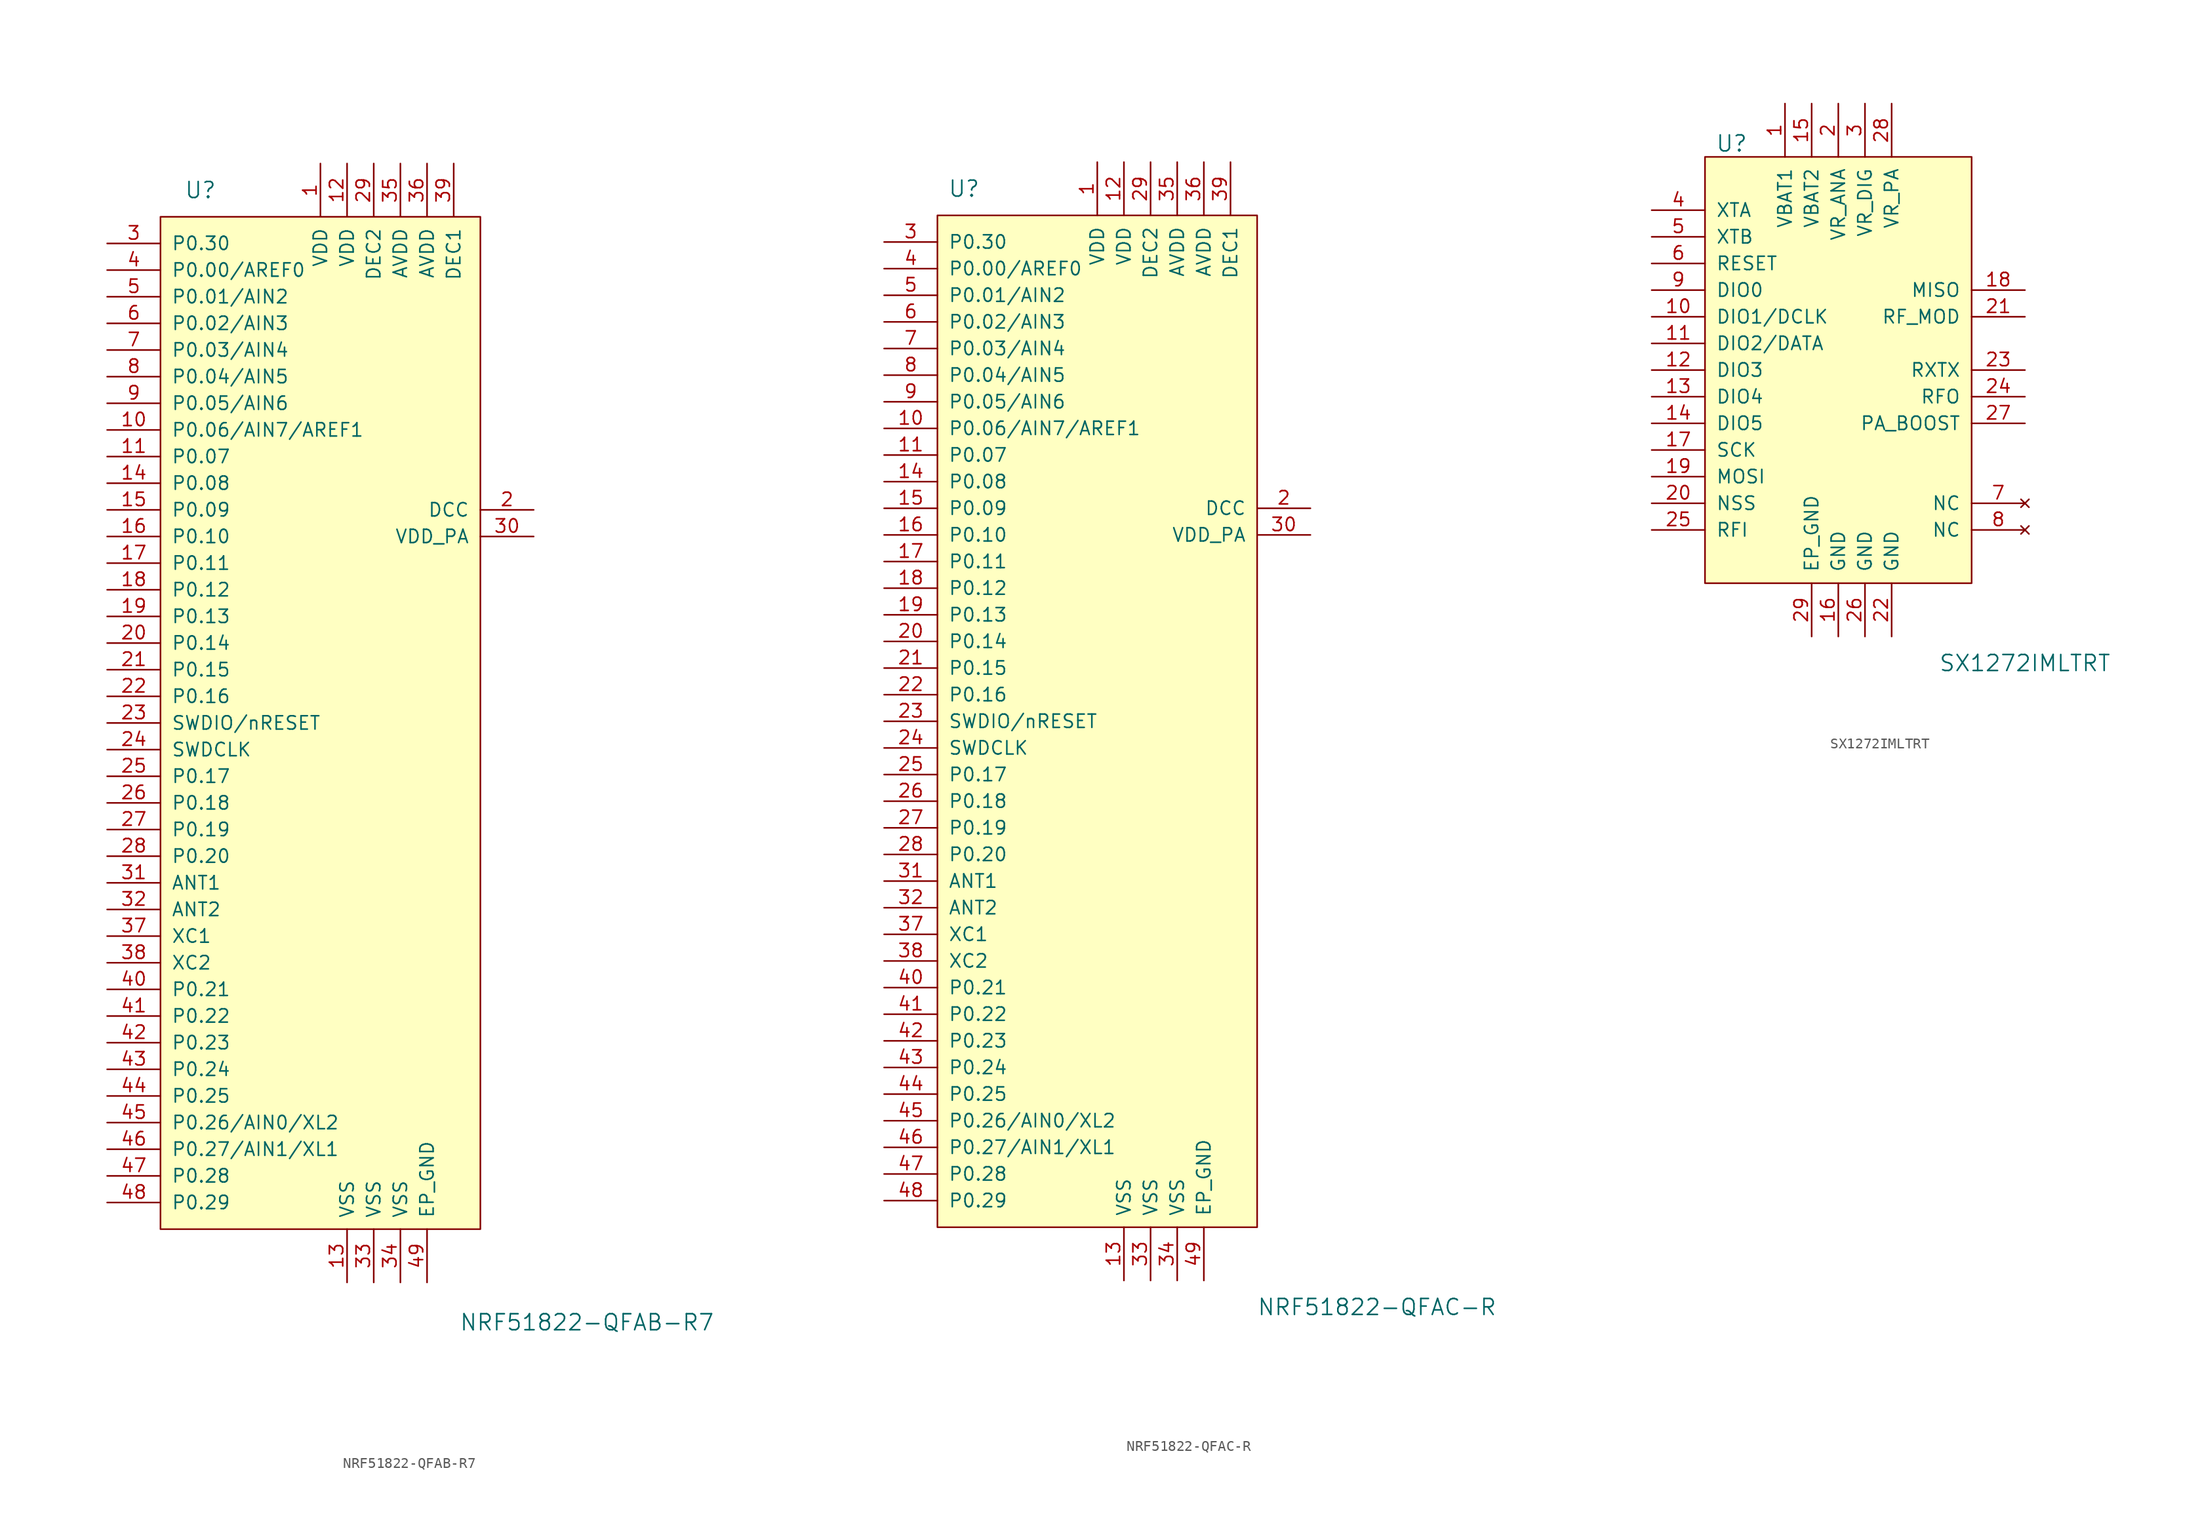
<source format=kicad_sym>
(kicad_symbol_lib
  (version 20220914)
  (generator kicad_symbol_editor)
  (symbol "NRF51822-QFAB-R7"
    (pin_names
      (offset 1.016))
    (property "Reference" "U"
      (at -16.51 45.72 0)
      (effects (font (size 1.524 1.524))))
    (property "Value" "NRF51822-QFAB-R7"
      (at 20.32 -62.23 0)
      (effects (font (size 1.524 1.524))))
    (symbol "NRF51822-QFAB-R7_0_1"
      (rectangle (start -20.32 43.18) (end 10.16 -53.34) (stroke (width 0) (type solid)) (fill (type background))))
    (symbol "NRF51822-QFAB-R7_1_1"
      (pin power_in line (at -5.08 48.26 270) (length 5.08) (name "VDD" (effects (font (size 1.27 1.27)))) (number "1" (effects (font (size 1.27 1.27)))))
      (pin bidirectional line (at -25.4 22.86 0) (length 5.08) (name "P0.06/AIN7/AREF1" (effects (font (size 1.27 1.27)))) (number "10" (effects (font (size 1.27 1.27)))))
      (pin bidirectional line (at -25.4 20.32 0) (length 5.08) (name "P0.07" (effects (font (size 1.27 1.27)))) (number "11" (effects (font (size 1.27 1.27)))))
      (pin power_in line (at -2.54 48.26 270) (length 5.08) (name "VDD" (effects (font (size 1.27 1.27)))) (number "12" (effects (font (size 1.27 1.27)))))
      (pin power_in line (at -2.54 -58.42 90) (length 5.08) (name "VSS" (effects (font (size 1.27 1.27)))) (number "13" (effects (font (size 1.27 1.27)))))
      (pin bidirectional line (at -25.4 17.78 0) (length 5.08) (name "P0.08" (effects (font (size 1.27 1.27)))) (number "14" (effects (font (size 1.27 1.27)))))
      (pin bidirectional line (at -25.4 15.24 0) (length 5.08) (name "P0.09" (effects (font (size 1.27 1.27)))) (number "15" (effects (font (size 1.27 1.27)))))
      (pin bidirectional line (at -25.4 12.7 0) (length 5.08) (name "P0.10" (effects (font (size 1.27 1.27)))) (number "16" (effects (font (size 1.27 1.27)))))
      (pin bidirectional line (at -25.4 10.16 0) (length 5.08) (name "P0.11" (effects (font (size 1.27 1.27)))) (number "17" (effects (font (size 1.27 1.27)))))
      (pin bidirectional line (at -25.4 7.62 0) (length 5.08) (name "P0.12" (effects (font (size 1.27 1.27)))) (number "18" (effects (font (size 1.27 1.27)))))
      (pin bidirectional line (at -25.4 5.08 0) (length 5.08) (name "P0.13" (effects (font (size 1.27 1.27)))) (number "19" (effects (font (size 1.27 1.27)))))
      (pin power_out line (at 15.24 15.24 180) (length 5.08) (name "DCC" (effects (font (size 1.27 1.27)))) (number "2" (effects (font (size 1.27 1.27)))))
      (pin bidirectional line (at -25.4 2.54 0) (length 5.08) (name "P0.14" (effects (font (size 1.27 1.27)))) (number "20" (effects (font (size 1.27 1.27)))))
      (pin bidirectional line (at -25.4 0 0) (length 5.08) (name "P0.15" (effects (font (size 1.27 1.27)))) (number "21" (effects (font (size 1.27 1.27)))))
      (pin bidirectional line (at -25.4 -2.54 0) (length 5.08) (name "P0.16" (effects (font (size 1.27 1.27)))) (number "22" (effects (font (size 1.27 1.27)))))
      (pin bidirectional line (at -25.4 -5.08 0) (length 5.08) (name "SWDIO/nRESET" (effects (font (size 1.27 1.27)))) (number "23" (effects (font (size 1.27 1.27)))))
      (pin input line (at -25.4 -7.62 0) (length 5.08) (name "SWDCLK" (effects (font (size 1.27 1.27)))) (number "24" (effects (font (size 1.27 1.27)))))
      (pin bidirectional line (at -25.4 -10.16 0) (length 5.08) (name "P0.17" (effects (font (size 1.27 1.27)))) (number "25" (effects (font (size 1.27 1.27)))))
      (pin bidirectional line (at -25.4 -12.7 0) (length 5.08) (name "P0.18" (effects (font (size 1.27 1.27)))) (number "26" (effects (font (size 1.27 1.27)))))
      (pin bidirectional line (at -25.4 -15.24 0) (length 5.08) (name "P0.19" (effects (font (size 1.27 1.27)))) (number "27" (effects (font (size 1.27 1.27)))))
      (pin bidirectional line (at -25.4 -17.78 0) (length 5.08) (name "P0.20" (effects (font (size 1.27 1.27)))) (number "28" (effects (font (size 1.27 1.27)))))
      (pin power_in line (at 0 48.26 270) (length 5.08) (name "DEC2" (effects (font (size 1.27 1.27)))) (number "29" (effects (font (size 1.27 1.27)))))
      (pin bidirectional line (at -25.4 40.64 0) (length 5.08) (name "P0.30" (effects (font (size 1.27 1.27)))) (number "3" (effects (font (size 1.27 1.27)))))
      (pin power_out line (at 15.24 12.7 180) (length 5.08) (name "VDD_PA" (effects (font (size 1.27 1.27)))) (number "30" (effects (font (size 1.27 1.27)))))
      (pin input line (at -25.4 -20.32 0) (length 5.08) (name "ANT1" (effects (font (size 1.27 1.27)))) (number "31" (effects (font (size 1.27 1.27)))))
      (pin input line (at -25.4 -22.86 0) (length 5.08) (name "ANT2" (effects (font (size 1.27 1.27)))) (number "32" (effects (font (size 1.27 1.27)))))
      (pin power_in line (at 0 -58.42 90) (length 5.08) (name "VSS" (effects (font (size 1.27 1.27)))) (number "33" (effects (font (size 1.27 1.27)))))
      (pin power_in line (at 2.54 -58.42 90) (length 5.08) (name "VSS" (effects (font (size 1.27 1.27)))) (number "34" (effects (font (size 1.27 1.27)))))
      (pin power_in line (at 2.54 48.26 270) (length 5.08) (name "AVDD" (effects (font (size 1.27 1.27)))) (number "35" (effects (font (size 1.27 1.27)))))
      (pin power_in line (at 5.08 48.26 270) (length 5.08) (name "AVDD" (effects (font (size 1.27 1.27)))) (number "36" (effects (font (size 1.27 1.27)))))
      (pin input line (at -25.4 -25.4 0) (length 5.08) (name "XC1" (effects (font (size 1.27 1.27)))) (number "37" (effects (font (size 1.27 1.27)))))
      (pin input line (at -25.4 -27.94 0) (length 5.08) (name "XC2" (effects (font (size 1.27 1.27)))) (number "38" (effects (font (size 1.27 1.27)))))
      (pin power_in line (at 7.62 48.26 270) (length 5.08) (name "DEC1" (effects (font (size 1.27 1.27)))) (number "39" (effects (font (size 1.27 1.27)))))
      (pin bidirectional line (at -25.4 38.1 0) (length 5.08) (name "P0.00/AREF0" (effects (font (size 1.27 1.27)))) (number "4" (effects (font (size 1.27 1.27)))))
      (pin bidirectional line (at -25.4 -30.48 0) (length 5.08) (name "P0.21" (effects (font (size 1.27 1.27)))) (number "40" (effects (font (size 1.27 1.27)))))
      (pin bidirectional line (at -25.4 -33.02 0) (length 5.08) (name "P0.22" (effects (font (size 1.27 1.27)))) (number "41" (effects (font (size 1.27 1.27)))))
      (pin bidirectional line (at -25.4 -35.56 0) (length 5.08) (name "P0.23" (effects (font (size 1.27 1.27)))) (number "42" (effects (font (size 1.27 1.27)))))
      (pin bidirectional line (at -25.4 -38.1 0) (length 5.08) (name "P0.24" (effects (font (size 1.27 1.27)))) (number "43" (effects (font (size 1.27 1.27)))))
      (pin bidirectional line (at -25.4 -40.64 0) (length 5.08) (name "P0.25" (effects (font (size 1.27 1.27)))) (number "44" (effects (font (size 1.27 1.27)))))
      (pin bidirectional line (at -25.4 -43.18 0) (length 5.08) (name "P0.26/AIN0/XL2" (effects (font (size 1.27 1.27)))) (number "45" (effects (font (size 1.27 1.27)))))
      (pin bidirectional line (at -25.4 -45.72 0) (length 5.08) (name "P0.27/AIN1/XL1" (effects (font (size 1.27 1.27)))) (number "46" (effects (font (size 1.27 1.27)))))
      (pin bidirectional line (at -25.4 -48.26 0) (length 5.08) (name "P0.28" (effects (font (size 1.27 1.27)))) (number "47" (effects (font (size 1.27 1.27)))))
      (pin bidirectional line (at -25.4 -50.8 0) (length 5.08) (name "P0.29" (effects (font (size 1.27 1.27)))) (number "48" (effects (font (size 1.27 1.27)))))
      (pin power_out line (at 5.08 -58.42 90) (length 5.08) (name "EP_GND" (effects (font (size 1.27 1.27)))) (number "49" (effects (font (size 1.27 1.27)))))
      (pin bidirectional line (at -25.4 35.56 0) (length 5.08) (name "P0.01/AIN2" (effects (font (size 1.27 1.27)))) (number "5" (effects (font (size 1.27 1.27)))))
      (pin bidirectional line (at -25.4 33.02 0) (length 5.08) (name "P0.02/AIN3" (effects (font (size 1.27 1.27)))) (number "6" (effects (font (size 1.27 1.27)))))
      (pin bidirectional line (at -25.4 30.48 0) (length 5.08) (name "P0.03/AIN4" (effects (font (size 1.27 1.27)))) (number "7" (effects (font (size 1.27 1.27)))))
      (pin bidirectional line (at -25.4 27.94 0) (length 5.08) (name "P0.04/AIN5" (effects (font (size 1.27 1.27)))) (number "8" (effects (font (size 1.27 1.27)))))
      (pin bidirectional line (at -25.4 25.4 0) (length 5.08) (name "P0.05/AIN6" (effects (font (size 1.27 1.27)))) (number "9" (effects (font (size 1.27 1.27)))))))
  (symbol "NRF51822-QFAC-R"
    (pin_names
      (offset 1.016))
    (property "Reference" "U"
      (at -17.78 45.72 0)
      (effects (font (size 1.524 1.524))))
    (property "Value" "NRF51822-QFAC-R"
      (at 21.59 -60.96 0)
      (effects (font (size 1.524 1.524))))
    (symbol "NRF51822-QFAC-R_0_1"
      (rectangle (start -20.32 43.18) (end 10.16 -53.34) (stroke (width 0) (type solid)) (fill (type background))))
    (symbol "NRF51822-QFAC-R_1_1"
      (pin power_in line (at -5.08 48.26 270) (length 5.08) (name "VDD" (effects (font (size 1.27 1.27)))) (number "1" (effects (font (size 1.27 1.27)))))
      (pin bidirectional line (at -25.4 22.86 0) (length 5.08) (name "P0.06/AIN7/AREF1" (effects (font (size 1.27 1.27)))) (number "10" (effects (font (size 1.27 1.27)))))
      (pin bidirectional line (at -25.4 20.32 0) (length 5.08) (name "P0.07" (effects (font (size 1.27 1.27)))) (number "11" (effects (font (size 1.27 1.27)))))
      (pin power_in line (at -2.54 48.26 270) (length 5.08) (name "VDD" (effects (font (size 1.27 1.27)))) (number "12" (effects (font (size 1.27 1.27)))))
      (pin power_in line (at -2.54 -58.42 90) (length 5.08) (name "VSS" (effects (font (size 1.27 1.27)))) (number "13" (effects (font (size 1.27 1.27)))))
      (pin bidirectional line (at -25.4 17.78 0) (length 5.08) (name "P0.08" (effects (font (size 1.27 1.27)))) (number "14" (effects (font (size 1.27 1.27)))))
      (pin bidirectional line (at -25.4 15.24 0) (length 5.08) (name "P0.09" (effects (font (size 1.27 1.27)))) (number "15" (effects (font (size 1.27 1.27)))))
      (pin bidirectional line (at -25.4 12.7 0) (length 5.08) (name "P0.10" (effects (font (size 1.27 1.27)))) (number "16" (effects (font (size 1.27 1.27)))))
      (pin bidirectional line (at -25.4 10.16 0) (length 5.08) (name "P0.11" (effects (font (size 1.27 1.27)))) (number "17" (effects (font (size 1.27 1.27)))))
      (pin bidirectional line (at -25.4 7.62 0) (length 5.08) (name "P0.12" (effects (font (size 1.27 1.27)))) (number "18" (effects (font (size 1.27 1.27)))))
      (pin bidirectional line (at -25.4 5.08 0) (length 5.08) (name "P0.13" (effects (font (size 1.27 1.27)))) (number "19" (effects (font (size 1.27 1.27)))))
      (pin power_out line (at 15.24 15.24 180) (length 5.08) (name "DCC" (effects (font (size 1.27 1.27)))) (number "2" (effects (font (size 1.27 1.27)))))
      (pin bidirectional line (at -25.4 2.54 0) (length 5.08) (name "P0.14" (effects (font (size 1.27 1.27)))) (number "20" (effects (font (size 1.27 1.27)))))
      (pin bidirectional line (at -25.4 0 0) (length 5.08) (name "P0.15" (effects (font (size 1.27 1.27)))) (number "21" (effects (font (size 1.27 1.27)))))
      (pin bidirectional line (at -25.4 -2.54 0) (length 5.08) (name "P0.16" (effects (font (size 1.27 1.27)))) (number "22" (effects (font (size 1.27 1.27)))))
      (pin bidirectional line (at -25.4 -5.08 0) (length 5.08) (name "SWDIO/nRESET" (effects (font (size 1.27 1.27)))) (number "23" (effects (font (size 1.27 1.27)))))
      (pin input line (at -25.4 -7.62 0) (length 5.08) (name "SWDCLK" (effects (font (size 1.27 1.27)))) (number "24" (effects (font (size 1.27 1.27)))))
      (pin bidirectional line (at -25.4 -10.16 0) (length 5.08) (name "P0.17" (effects (font (size 1.27 1.27)))) (number "25" (effects (font (size 1.27 1.27)))))
      (pin bidirectional line (at -25.4 -12.7 0) (length 5.08) (name "P0.18" (effects (font (size 1.27 1.27)))) (number "26" (effects (font (size 1.27 1.27)))))
      (pin bidirectional line (at -25.4 -15.24 0) (length 5.08) (name "P0.19" (effects (font (size 1.27 1.27)))) (number "27" (effects (font (size 1.27 1.27)))))
      (pin bidirectional line (at -25.4 -17.78 0) (length 5.08) (name "P0.20" (effects (font (size 1.27 1.27)))) (number "28" (effects (font (size 1.27 1.27)))))
      (pin power_in line (at 0 48.26 270) (length 5.08) (name "DEC2" (effects (font (size 1.27 1.27)))) (number "29" (effects (font (size 1.27 1.27)))))
      (pin bidirectional line (at -25.4 40.64 0) (length 5.08) (name "P0.30" (effects (font (size 1.27 1.27)))) (number "3" (effects (font (size 1.27 1.27)))))
      (pin power_out line (at 15.24 12.7 180) (length 5.08) (name "VDD_PA" (effects (font (size 1.27 1.27)))) (number "30" (effects (font (size 1.27 1.27)))))
      (pin input line (at -25.4 -20.32 0) (length 5.08) (name "ANT1" (effects (font (size 1.27 1.27)))) (number "31" (effects (font (size 1.27 1.27)))))
      (pin input line (at -25.4 -22.86 0) (length 5.08) (name "ANT2" (effects (font (size 1.27 1.27)))) (number "32" (effects (font (size 1.27 1.27)))))
      (pin power_in line (at 0 -58.42 90) (length 5.08) (name "VSS" (effects (font (size 1.27 1.27)))) (number "33" (effects (font (size 1.27 1.27)))))
      (pin power_in line (at 2.54 -58.42 90) (length 5.08) (name "VSS" (effects (font (size 1.27 1.27)))) (number "34" (effects (font (size 1.27 1.27)))))
      (pin power_in line (at 2.54 48.26 270) (length 5.08) (name "AVDD" (effects (font (size 1.27 1.27)))) (number "35" (effects (font (size 1.27 1.27)))))
      (pin power_in line (at 5.08 48.26 270) (length 5.08) (name "AVDD" (effects (font (size 1.27 1.27)))) (number "36" (effects (font (size 1.27 1.27)))))
      (pin input line (at -25.4 -25.4 0) (length 5.08) (name "XC1" (effects (font (size 1.27 1.27)))) (number "37" (effects (font (size 1.27 1.27)))))
      (pin input line (at -25.4 -27.94 0) (length 5.08) (name "XC2" (effects (font (size 1.27 1.27)))) (number "38" (effects (font (size 1.27 1.27)))))
      (pin power_in line (at 7.62 48.26 270) (length 5.08) (name "DEC1" (effects (font (size 1.27 1.27)))) (number "39" (effects (font (size 1.27 1.27)))))
      (pin bidirectional line (at -25.4 38.1 0) (length 5.08) (name "P0.00/AREF0" (effects (font (size 1.27 1.27)))) (number "4" (effects (font (size 1.27 1.27)))))
      (pin bidirectional line (at -25.4 -30.48 0) (length 5.08) (name "P0.21" (effects (font (size 1.27 1.27)))) (number "40" (effects (font (size 1.27 1.27)))))
      (pin bidirectional line (at -25.4 -33.02 0) (length 5.08) (name "P0.22" (effects (font (size 1.27 1.27)))) (number "41" (effects (font (size 1.27 1.27)))))
      (pin bidirectional line (at -25.4 -35.56 0) (length 5.08) (name "P0.23" (effects (font (size 1.27 1.27)))) (number "42" (effects (font (size 1.27 1.27)))))
      (pin bidirectional line (at -25.4 -38.1 0) (length 5.08) (name "P0.24" (effects (font (size 1.27 1.27)))) (number "43" (effects (font (size 1.27 1.27)))))
      (pin bidirectional line (at -25.4 -40.64 0) (length 5.08) (name "P0.25" (effects (font (size 1.27 1.27)))) (number "44" (effects (font (size 1.27 1.27)))))
      (pin bidirectional line (at -25.4 -43.18 0) (length 5.08) (name "P0.26/AIN0/XL2" (effects (font (size 1.27 1.27)))) (number "45" (effects (font (size 1.27 1.27)))))
      (pin bidirectional line (at -25.4 -45.72 0) (length 5.08) (name "P0.27/AIN1/XL1" (effects (font (size 1.27 1.27)))) (number "46" (effects (font (size 1.27 1.27)))))
      (pin bidirectional line (at -25.4 -48.26 0) (length 5.08) (name "P0.28" (effects (font (size 1.27 1.27)))) (number "47" (effects (font (size 1.27 1.27)))))
      (pin bidirectional line (at -25.4 -50.8 0) (length 5.08) (name "P0.29" (effects (font (size 1.27 1.27)))) (number "48" (effects (font (size 1.27 1.27)))))
      (pin power_in line (at 5.08 -58.42 90) (length 5.08) (name "EP_GND" (effects (font (size 1.27 1.27)))) (number "49" (effects (font (size 1.27 1.27)))))
      (pin bidirectional line (at -25.4 35.56 0) (length 5.08) (name "P0.01/AIN2" (effects (font (size 1.27 1.27)))) (number "5" (effects (font (size 1.27 1.27)))))
      (pin bidirectional line (at -25.4 33.02 0) (length 5.08) (name "P0.02/AIN3" (effects (font (size 1.27 1.27)))) (number "6" (effects (font (size 1.27 1.27)))))
      (pin bidirectional line (at -25.4 30.48 0) (length 5.08) (name "P0.03/AIN4" (effects (font (size 1.27 1.27)))) (number "7" (effects (font (size 1.27 1.27)))))
      (pin bidirectional line (at -25.4 27.94 0) (length 5.08) (name "P0.04/AIN5" (effects (font (size 1.27 1.27)))) (number "8" (effects (font (size 1.27 1.27)))))
      (pin bidirectional line (at -25.4 25.4 0) (length 5.08) (name "P0.05/AIN6" (effects (font (size 1.27 1.27)))) (number "9" (effects (font (size 1.27 1.27)))))))
  (symbol "SX1272IMLTRT"
    (pin_names
      (offset 1.016))
    (property "Reference" "U"
      (at -10.16 21.59 0)
      (effects (font (size 1.524 1.524))))
    (property "Value" "SX1272IMLTRT"
      (at 17.78 -27.94 0)
      (effects (font (size 1.524 1.524))))
    (symbol "SX1272IMLTRT_0_1"
      (rectangle (start -12.7 20.32) (end 12.7 -20.32) (stroke (width 0) (type solid)) (fill (type background))))
    (symbol "SX1272IMLTRT_1_1"
      (pin power_in line (at -5.08 25.4 270) (length 5.08) (name "VBAT1" (effects (font (size 1.27 1.27)))) (number "1" (effects (font (size 1.27 1.27)))))
      (pin bidirectional line (at -17.78 5.08 0) (length 5.08) (name "DIO1/DCLK" (effects (font (size 1.27 1.27)))) (number "10" (effects (font (size 1.27 1.27)))))
      (pin bidirectional line (at -17.78 2.54 0) (length 5.08) (name "DIO2/DATA" (effects (font (size 1.27 1.27)))) (number "11" (effects (font (size 1.27 1.27)))))
      (pin bidirectional line (at -17.78 0 0) (length 5.08) (name "DIO3" (effects (font (size 1.27 1.27)))) (number "12" (effects (font (size 1.27 1.27)))))
      (pin bidirectional line (at -17.78 -2.54 0) (length 5.08) (name "DIO4" (effects (font (size 1.27 1.27)))) (number "13" (effects (font (size 1.27 1.27)))))
      (pin bidirectional line (at -17.78 -5.08 0) (length 5.08) (name "DIO5" (effects (font (size 1.27 1.27)))) (number "14" (effects (font (size 1.27 1.27)))))
      (pin power_in line (at -2.54 25.4 270) (length 5.08) (name "VBAT2" (effects (font (size 1.27 1.27)))) (number "15" (effects (font (size 1.27 1.27)))))
      (pin power_in line (at 0 -25.4 90) (length 5.08) (name "GND" (effects (font (size 1.27 1.27)))) (number "16" (effects (font (size 1.27 1.27)))))
      (pin input line (at -17.78 -7.62 0) (length 5.08) (name "SCK" (effects (font (size 1.27 1.27)))) (number "17" (effects (font (size 1.27 1.27)))))
      (pin output line (at 17.78 7.62 180) (length 5.08) (name "MISO" (effects (font (size 1.27 1.27)))) (number "18" (effects (font (size 1.27 1.27)))))
      (pin input line (at -17.78 -10.16 0) (length 5.08) (name "MOSI" (effects (font (size 1.27 1.27)))) (number "19" (effects (font (size 1.27 1.27)))))
      (pin power_in line (at 0 25.4 270) (length 5.08) (name "VR_ANA" (effects (font (size 1.27 1.27)))) (number "2" (effects (font (size 1.27 1.27)))))
      (pin input line (at -17.78 -12.7 0) (length 5.08) (name "NSS" (effects (font (size 1.27 1.27)))) (number "20" (effects (font (size 1.27 1.27)))))
      (pin output line (at 17.78 5.08 180) (length 5.08) (name "RF_MOD" (effects (font (size 1.27 1.27)))) (number "21" (effects (font (size 1.27 1.27)))))
      (pin power_in line (at 5.08 -25.4 90) (length 5.08) (name "GND" (effects (font (size 1.27 1.27)))) (number "22" (effects (font (size 1.27 1.27)))))
      (pin output line (at 17.78 0 180) (length 5.08) (name "RXTX" (effects (font (size 1.27 1.27)))) (number "23" (effects (font (size 1.27 1.27)))))
      (pin output line (at 17.78 -2.54 180) (length 5.08) (name "RFO" (effects (font (size 1.27 1.27)))) (number "24" (effects (font (size 1.27 1.27)))))
      (pin input line (at -17.78 -15.24 0) (length 5.08) (name "RFI" (effects (font (size 1.27 1.27)))) (number "25" (effects (font (size 1.27 1.27)))))
      (pin power_in line (at 2.54 -25.4 90) (length 5.08) (name "GND" (effects (font (size 1.27 1.27)))) (number "26" (effects (font (size 1.27 1.27)))))
      (pin bidirectional line (at 17.78 -5.08 180) (length 5.08) (name "PA_BOOST" (effects (font (size 1.27 1.27)))) (number "27" (effects (font (size 1.27 1.27)))))
      (pin power_in line (at 5.08 25.4 270) (length 5.08) (name "VR_PA" (effects (font (size 1.27 1.27)))) (number "28" (effects (font (size 1.27 1.27)))))
      (pin power_in line (at -2.54 -25.4 90) (length 5.08) (name "EP_GND" (effects (font (size 1.27 1.27)))) (number "29" (effects (font (size 1.27 1.27)))))
      (pin power_in line (at 2.54 25.4 270) (length 5.08) (name "VR_DIG" (effects (font (size 1.27 1.27)))) (number "3" (effects (font (size 1.27 1.27)))))
      (pin bidirectional line (at -17.78 15.24 0) (length 5.08) (name "XTA" (effects (font (size 1.27 1.27)))) (number "4" (effects (font (size 1.27 1.27)))))
      (pin bidirectional line (at -17.78 12.7 0) (length 5.08) (name "XTB" (effects (font (size 1.27 1.27)))) (number "5" (effects (font (size 1.27 1.27)))))
      (pin bidirectional line (at -17.78 10.16 0) (length 5.08) (name "RESET" (effects (font (size 1.27 1.27)))) (number "6" (effects (font (size 1.27 1.27)))))
      (pin no_connect line (at 17.78 -12.7 180) (length 5.08) (name "NC" (effects (font (size 1.27 1.27)))) (number "7" (effects (font (size 1.27 1.27)))))
      (pin no_connect line (at 17.78 -15.24 180) (length 5.08) (name "NC" (effects (font (size 1.27 1.27)))) (number "8" (effects (font (size 1.27 1.27)))))
      (pin bidirectional line (at -17.78 7.62 0) (length 5.08) (name "DIO0" (effects (font (size 1.27 1.27)))) (number "9" (effects (font (size 1.27 1.27))))))))
</source>
